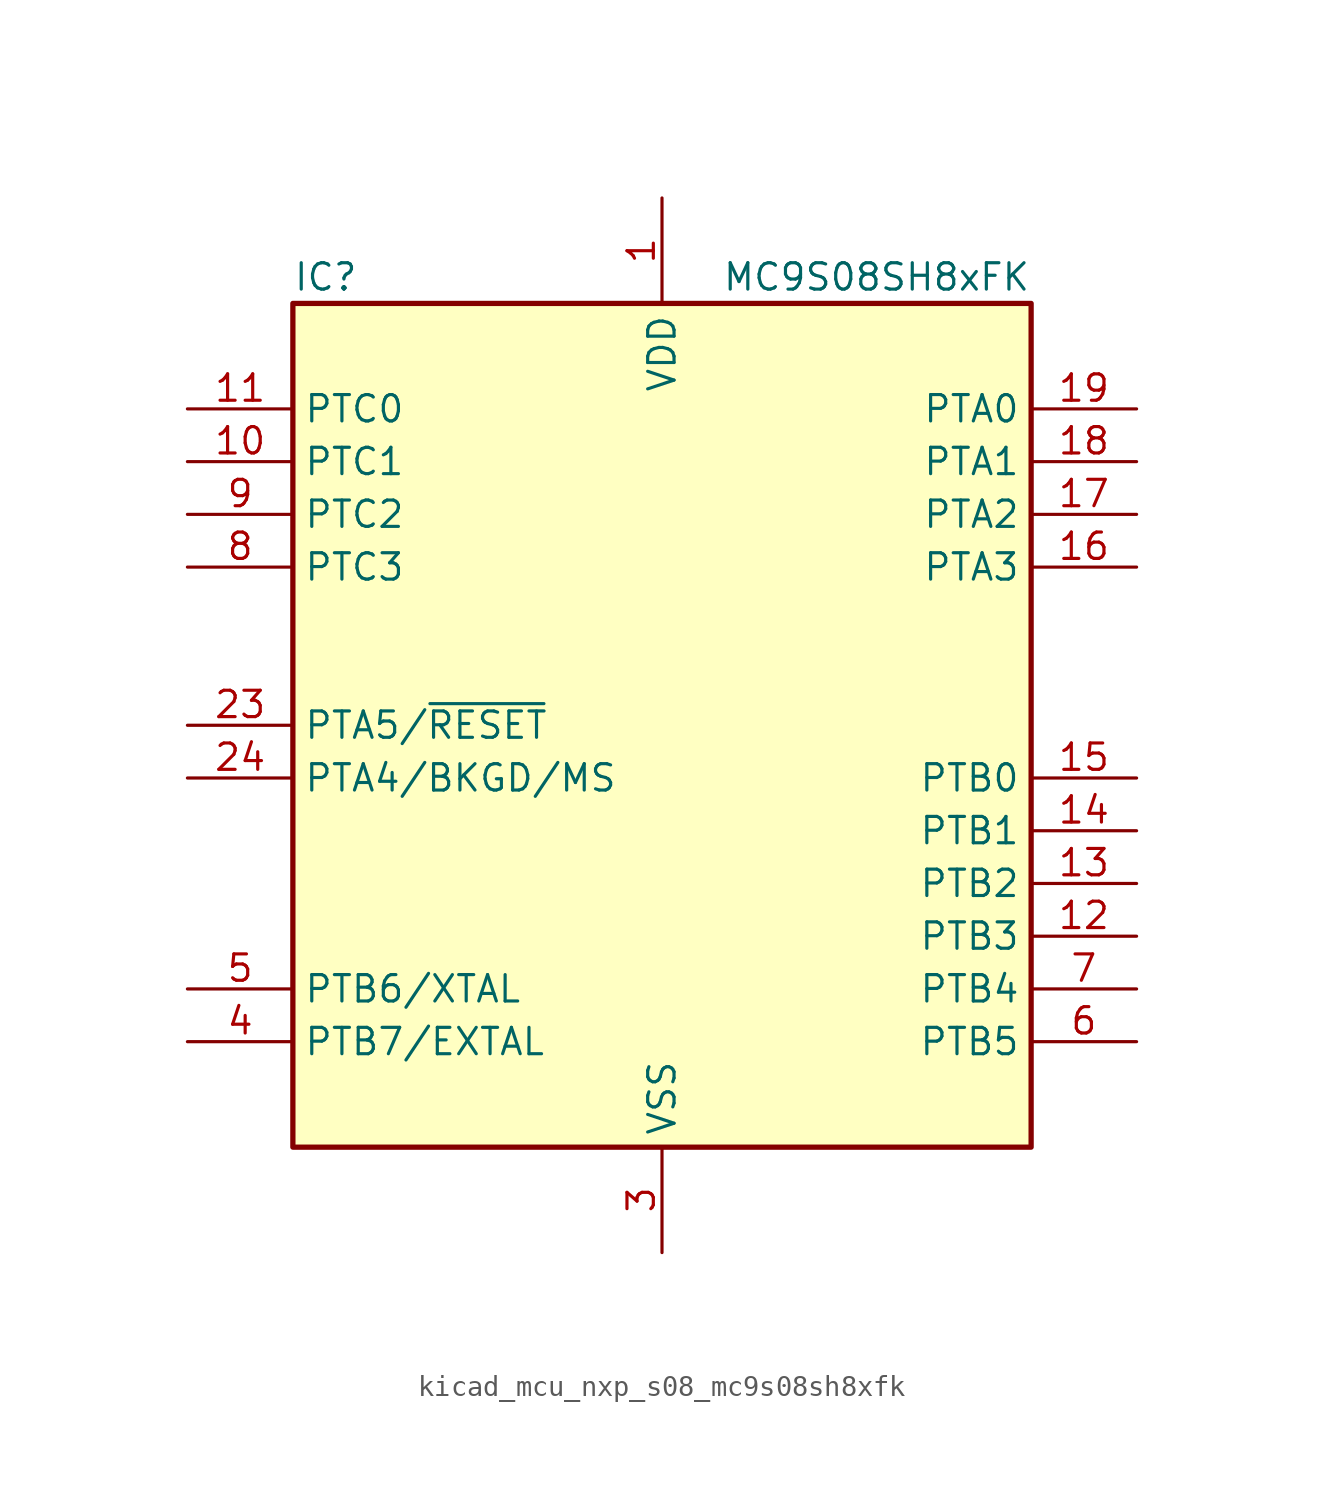
<source format=kicad_sym>
(kicad_symbol_lib
  (version 20220914)
  (generator kicad_symbol_editor)
  (symbol "kicad_mcu_nxp_s08_mc9s08sh8xfk"
    (property "Reference" "IC"
      (at -17.78 21.59 0)
      (effects (font (size 1.27 1.27)) (justify left)))
    (property "Value" "MC9S08SH8xFK"
      (at 17.78 21.59 0)
      (effects (font (size 1.27 1.27)) (justify right)))
    (symbol "kicad_mcu_nxp_s08_mc9s08sh8xfk_0_1"
      (rectangle (start -17.78 20.32) (end 17.78 -20.32) (stroke (width 0.254) (type default)) (fill (type background))))
    (symbol "kicad_mcu_nxp_s08_mc9s08sh8xfk_1_1"
      (pin power_in line (at 0 25.4 270) (length 5.08) (name "VDD" (effects (font (size 1.27 1.27)))) (number "1" (effects (font (size 1.27 1.27)))))
      (pin bidirectional line (at -22.86 12.7 0) (length 5.08) (name "PTC1" (effects (font (size 1.27 1.27)))) (number "10" (effects (font (size 1.27 1.27)))))
      (pin bidirectional line (at -22.86 15.24 0) (length 5.08) (name "PTC0" (effects (font (size 1.27 1.27)))) (number "11" (effects (font (size 1.27 1.27)))))
      (pin bidirectional line (at 22.86 -10.16 180) (length 5.08) (name "PTB3" (effects (font (size 1.27 1.27)))) (number "12" (effects (font (size 1.27 1.27)))))
      (pin bidirectional line (at 22.86 -7.62 180) (length 5.08) (name "PTB2" (effects (font (size 1.27 1.27)))) (number "13" (effects (font (size 1.27 1.27)))))
      (pin bidirectional line (at 22.86 -5.08 180) (length 5.08) (name "PTB1" (effects (font (size 1.27 1.27)))) (number "14" (effects (font (size 1.27 1.27)))))
      (pin bidirectional line (at 22.86 -2.54 180) (length 5.08) (name "PTB0" (effects (font (size 1.27 1.27)))) (number "15" (effects (font (size 1.27 1.27)))))
      (pin bidirectional line (at 22.86 7.62 180) (length 5.08) (name "PTA3" (effects (font (size 1.27 1.27)))) (number "16" (effects (font (size 1.27 1.27)))))
      (pin bidirectional line (at 22.86 10.16 180) (length 5.08) (name "PTA2" (effects (font (size 1.27 1.27)))) (number "17" (effects (font (size 1.27 1.27)))))
      (pin bidirectional line (at 22.86 12.7 180) (length 5.08) (name "PTA1" (effects (font (size 1.27 1.27)))) (number "18" (effects (font (size 1.27 1.27)))))
      (pin bidirectional line (at 22.86 15.24 180) (length 5.08) (name "PTA0" (effects (font (size 1.27 1.27)))) (number "19" (effects (font (size 1.27 1.27)))))
      (pin bidirectional line (at -22.86 0 0) (length 5.08) (name "PTA5/~{RESET}" (effects (font (size 1.27 1.27)))) (number "23" (effects (font (size 1.27 1.27)))))
      (pin bidirectional line (at -22.86 -2.54 0) (length 5.08) (name "PTA4/BKGD/MS" (effects (font (size 1.27 1.27)))) (number "24" (effects (font (size 1.27 1.27)))))
      (pin power_in line (at 0 -25.4 90) (length 5.08) (name "VSS" (effects (font (size 1.27 1.27)))) (number "3" (effects (font (size 1.27 1.27)))))
      (pin bidirectional line (at -22.86 -15.24 0) (length 5.08) (name "PTB7/EXTAL" (effects (font (size 1.27 1.27)))) (number "4" (effects (font (size 1.27 1.27)))))
      (pin bidirectional line (at -22.86 -12.7 0) (length 5.08) (name "PTB6/XTAL" (effects (font (size 1.27 1.27)))) (number "5" (effects (font (size 1.27 1.27)))))
      (pin bidirectional line (at 22.86 -15.24 180) (length 5.08) (name "PTB5" (effects (font (size 1.27 1.27)))) (number "6" (effects (font (size 1.27 1.27)))))
      (pin bidirectional line (at 22.86 -12.7 180) (length 5.08) (name "PTB4" (effects (font (size 1.27 1.27)))) (number "7" (effects (font (size 1.27 1.27)))))
      (pin bidirectional line (at -22.86 7.62 0) (length 5.08) (name "PTC3" (effects (font (size 1.27 1.27)))) (number "8" (effects (font (size 1.27 1.27)))))
      (pin bidirectional line (at -22.86 10.16 0) (length 5.08) (name "PTC2" (effects (font (size 1.27 1.27)))) (number "9" (effects (font (size 1.27 1.27))))))))
</source>
